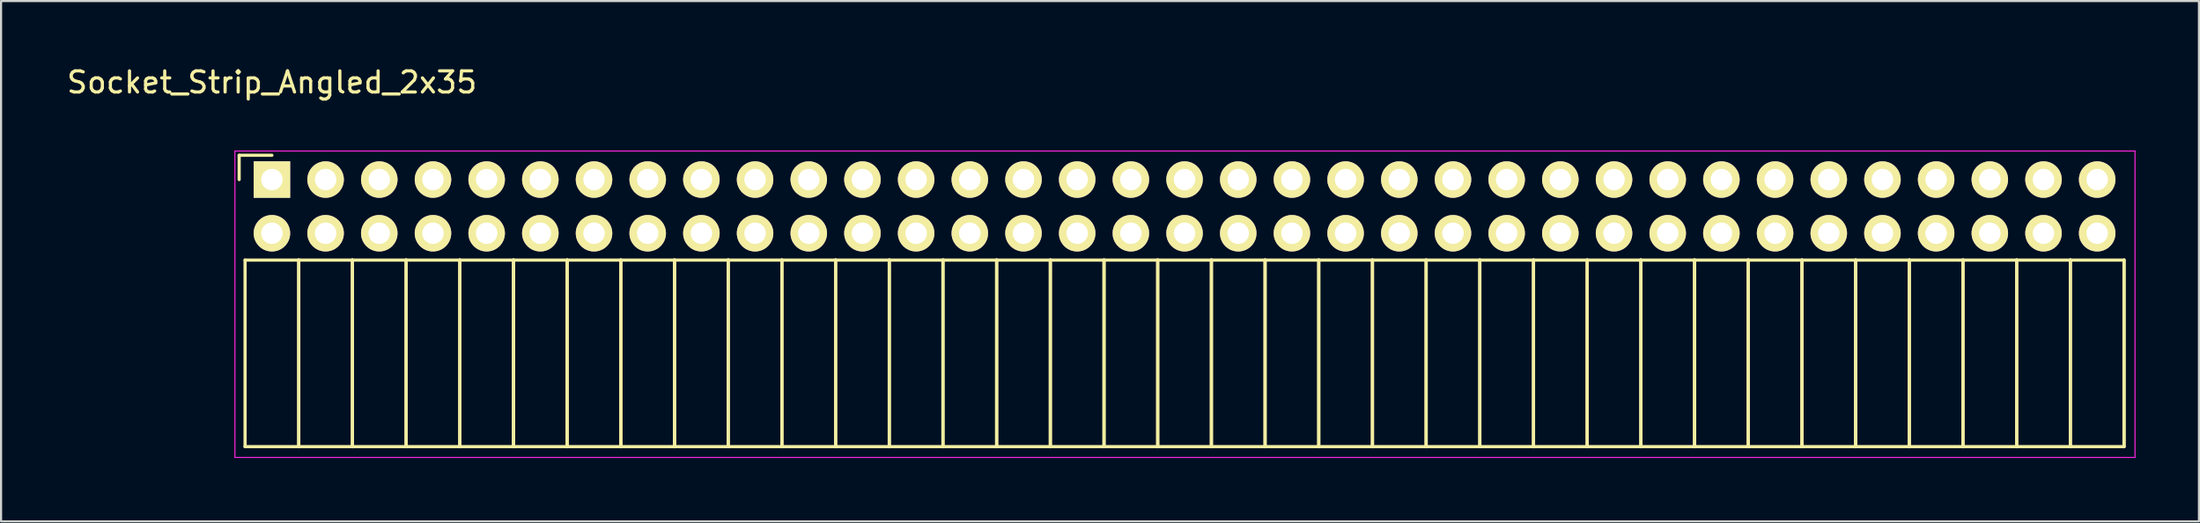
<source format=kicad_pcb>
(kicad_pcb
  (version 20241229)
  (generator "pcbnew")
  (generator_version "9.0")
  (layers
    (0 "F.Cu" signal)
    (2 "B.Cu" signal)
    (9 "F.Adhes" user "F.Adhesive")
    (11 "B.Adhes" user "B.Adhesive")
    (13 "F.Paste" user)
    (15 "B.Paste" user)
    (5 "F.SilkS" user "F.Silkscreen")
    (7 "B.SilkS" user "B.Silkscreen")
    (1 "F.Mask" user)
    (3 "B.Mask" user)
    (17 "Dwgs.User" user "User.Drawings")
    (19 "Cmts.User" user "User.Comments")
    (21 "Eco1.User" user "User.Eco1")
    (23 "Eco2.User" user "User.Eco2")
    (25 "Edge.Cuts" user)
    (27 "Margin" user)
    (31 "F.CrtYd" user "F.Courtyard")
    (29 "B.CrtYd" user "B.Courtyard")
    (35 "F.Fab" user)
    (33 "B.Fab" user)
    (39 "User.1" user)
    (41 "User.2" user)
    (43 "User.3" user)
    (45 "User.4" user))
  (footprint "Socket_Strip_Angled_2x35"
    (layer "F.Cu")
    (at 9.815 5.448)
    (property "Reference" "Socket_Strip_Angled_2x35" (at 0 -4.6 0) (layer "F.SilkS") (effects (font (size 1 1) (thickness 0.15))))
    (attr through_hole)
    (fp_line (start -1.55 -1.15) (end -1.55 0) (stroke (width 0.15) (type solid)) (layer "F.SilkS"))
    (fp_line (start -1.27 3.81) (end -1.27 12.64) (stroke (width 0.15) (type solid)) (layer "F.SilkS"))
    (fp_line (start -1.27 3.81) (end 1.27 3.81) (stroke (width 0.15) (type solid)) (layer "F.SilkS"))
    (fp_line (start -1.27 12.64) (end 1.27 12.64) (stroke (width 0.15) (type solid)) (layer "F.SilkS"))
    (fp_line (start 0 -1.15) (end -1.55 -1.15) (stroke (width 0.15) (type solid)) (layer "F.SilkS"))
    (fp_line (start 1.27 3.81) (end 1.27 12.64) (stroke (width 0.15) (type solid)) (layer "F.SilkS"))
    (fp_line (start 1.27 3.81) (end 3.81 3.81) (stroke (width 0.15) (type solid)) (layer "F.SilkS"))
    (fp_line (start 1.27 12.64) (end 1.27 3.81) (stroke (width 0.15) (type solid)) (layer "F.SilkS"))
    (fp_line (start 1.27 12.64) (end 3.81 12.64) (stroke (width 0.15) (type solid)) (layer "F.SilkS"))
    (fp_line (start 3.81 3.81) (end 3.81 12.64) (stroke (width 0.15) (type solid)) (layer "F.SilkS"))
    (fp_line (start 3.81 3.81) (end 6.35 3.81) (stroke (width 0.15) (type solid)) (layer "F.SilkS"))
    (fp_line (start 3.81 12.64) (end 3.81 3.81) (stroke (width 0.15) (type solid)) (layer "F.SilkS"))
    (fp_line (start 3.81 12.64) (end 6.35 12.64) (stroke (width 0.15) (type solid)) (layer "F.SilkS"))
    (fp_line (start 6.35 3.81) (end 6.35 12.64) (stroke (width 0.15) (type solid)) (layer "F.SilkS"))
    (fp_line (start 6.35 3.81) (end 8.89 3.81) (stroke (width 0.15) (type solid)) (layer "F.SilkS"))
    (fp_line (start 6.35 12.64) (end 6.35 3.81) (stroke (width 0.15) (type solid)) (layer "F.SilkS"))
    (fp_line (start 6.35 12.64) (end 8.89 12.64) (stroke (width 0.15) (type solid)) (layer "F.SilkS"))
    (fp_line (start 8.89 3.81) (end 8.89 12.64) (stroke (width 0.15) (type solid)) (layer "F.SilkS"))
    (fp_line (start 8.89 3.81) (end 11.43 3.81) (stroke (width 0.15) (type solid)) (layer "F.SilkS"))
    (fp_line (start 8.89 12.64) (end 8.89 3.81) (stroke (width 0.15) (type solid)) (layer "F.SilkS"))
    (fp_line (start 8.89 12.64) (end 11.43 12.64) (stroke (width 0.15) (type solid)) (layer "F.SilkS"))
    (fp_line (start 11.43 3.81) (end 11.43 12.64) (stroke (width 0.15) (type solid)) (layer "F.SilkS"))
    (fp_line (start 11.43 3.81) (end 13.97 3.81) (stroke (width 0.15) (type solid)) (layer "F.SilkS"))
    (fp_line (start 11.43 12.64) (end 11.43 3.81) (stroke (width 0.15) (type solid)) (layer "F.SilkS"))
    (fp_line (start 11.43 12.64) (end 13.97 12.64) (stroke (width 0.15) (type solid)) (layer "F.SilkS"))
    (fp_line (start 13.97 3.81) (end 13.97 12.64) (stroke (width 0.15) (type solid)) (layer "F.SilkS"))
    (fp_line (start 13.97 3.81) (end 16.51 3.81) (stroke (width 0.15) (type solid)) (layer "F.SilkS"))
    (fp_line (start 13.97 12.64) (end 13.97 3.81) (stroke (width 0.15) (type solid)) (layer "F.SilkS"))
    (fp_line (start 13.97 12.64) (end 16.51 12.64) (stroke (width 0.15) (type solid)) (layer "F.SilkS"))
    (fp_line (start 16.51 3.81) (end 16.51 12.64) (stroke (width 0.15) (type solid)) (layer "F.SilkS"))
    (fp_line (start 16.51 3.81) (end 19.05 3.81) (stroke (width 0.15) (type solid)) (layer "F.SilkS"))
    (fp_line (start 16.51 12.64) (end 16.51 3.81) (stroke (width 0.15) (type solid)) (layer "F.SilkS"))
    (fp_line (start 16.51 12.64) (end 19.05 12.64) (stroke (width 0.15) (type solid)) (layer "F.SilkS"))
    (fp_line (start 19.05 3.81) (end 19.05 12.64) (stroke (width 0.15) (type solid)) (layer "F.SilkS"))
    (fp_line (start 19.05 3.81) (end 21.59 3.81) (stroke (width 0.15) (type solid)) (layer "F.SilkS"))
    (fp_line (start 19.05 12.64) (end 19.05 3.81) (stroke (width 0.15) (type solid)) (layer "F.SilkS"))
    (fp_line (start 19.05 12.64) (end 21.59 12.64) (stroke (width 0.15) (type solid)) (layer "F.SilkS"))
    (fp_line (start 21.59 3.81) (end 21.59 12.64) (stroke (width 0.15) (type solid)) (layer "F.SilkS"))
    (fp_line (start 21.59 3.81) (end 24.13 3.81) (stroke (width 0.15) (type solid)) (layer "F.SilkS"))
    (fp_line (start 21.59 12.64) (end 21.59 3.81) (stroke (width 0.15) (type solid)) (layer "F.SilkS"))
    (fp_line (start 21.59 12.64) (end 24.13 12.64) (stroke (width 0.15) (type solid)) (layer "F.SilkS"))
    (fp_line (start 24.13 3.81) (end 24.13 12.64) (stroke (width 0.15) (type solid)) (layer "F.SilkS"))
    (fp_line (start 24.13 3.81) (end 26.67 3.81) (stroke (width 0.15) (type solid)) (layer "F.SilkS"))
    (fp_line (start 24.13 12.64) (end 24.13 3.81) (stroke (width 0.15) (type solid)) (layer "F.SilkS"))
    (fp_line (start 24.13 12.64) (end 26.67 12.64) (stroke (width 0.15) (type solid)) (layer "F.SilkS"))
    (fp_line (start 26.67 3.81) (end 26.67 12.64) (stroke (width 0.15) (type solid)) (layer "F.SilkS"))
    (fp_line (start 26.67 3.81) (end 29.21 3.81) (stroke (width 0.15) (type solid)) (layer "F.SilkS"))
    (fp_line (start 26.67 12.64) (end 26.67 3.81) (stroke (width 0.15) (type solid)) (layer "F.SilkS"))
    (fp_line (start 26.67 12.64) (end 29.21 12.64) (stroke (width 0.15) (type solid)) (layer "F.SilkS"))
    (fp_line (start 29.21 3.81) (end 29.21 12.64) (stroke (width 0.15) (type solid)) (layer "F.SilkS"))
    (fp_line (start 29.21 3.81) (end 31.75 3.81) (stroke (width 0.15) (type solid)) (layer "F.SilkS"))
    (fp_line (start 29.21 12.64) (end 29.21 3.81) (stroke (width 0.15) (type solid)) (layer "F.SilkS"))
    (fp_line (start 29.21 12.64) (end 31.75 12.64) (stroke (width 0.15) (type solid)) (layer "F.SilkS"))
    (fp_line (start 31.75 3.81) (end 31.75 12.64) (stroke (width 0.15) (type solid)) (layer "F.SilkS"))
    (fp_line (start 31.75 3.81) (end 34.29 3.81) (stroke (width 0.15) (type solid)) (layer "F.SilkS"))
    (fp_line (start 31.75 12.64) (end 31.75 3.81) (stroke (width 0.15) (type solid)) (layer "F.SilkS"))
    (fp_line (start 31.75 12.64) (end 34.29 12.64) (stroke (width 0.15) (type solid)) (layer "F.SilkS"))
    (fp_line (start 34.29 3.81) (end 34.29 12.64) (stroke (width 0.15) (type solid)) (layer "F.SilkS"))
    (fp_line (start 34.29 3.81) (end 36.83 3.81) (stroke (width 0.15) (type solid)) (layer "F.SilkS"))
    (fp_line (start 34.29 12.64) (end 34.29 3.81) (stroke (width 0.15) (type solid)) (layer "F.SilkS"))
    (fp_line (start 34.29 12.64) (end 36.83 12.64) (stroke (width 0.15) (type solid)) (layer "F.SilkS"))
    (fp_line (start 36.83 3.81) (end 36.83 12.64) (stroke (width 0.15) (type solid)) (layer "F.SilkS"))
    (fp_line (start 36.83 3.81) (end 39.37 3.81) (stroke (width 0.15) (type solid)) (layer "F.SilkS"))
    (fp_line (start 36.83 12.64) (end 36.83 3.81) (stroke (width 0.15) (type solid)) (layer "F.SilkS"))
    (fp_line (start 36.83 12.64) (end 39.37 12.64) (stroke (width 0.15) (type solid)) (layer "F.SilkS"))
    (fp_line (start 39.37 3.81) (end 39.37 12.64) (stroke (width 0.15) (type solid)) (layer "F.SilkS"))
    (fp_line (start 39.37 3.81) (end 41.91 3.81) (stroke (width 0.15) (type solid)) (layer "F.SilkS"))
    (fp_line (start 39.37 12.64) (end 39.37 3.81) (stroke (width 0.15) (type solid)) (layer "F.SilkS"))
    (fp_line (start 39.37 12.64) (end 41.91 12.64) (stroke (width 0.15) (type solid)) (layer "F.SilkS"))
    (fp_line (start 41.91 3.81) (end 41.91 12.64) (stroke (width 0.15) (type solid)) (layer "F.SilkS"))
    (fp_line (start 41.91 3.81) (end 44.45 3.81) (stroke (width 0.15) (type solid)) (layer "F.SilkS"))
    (fp_line (start 41.91 12.64) (end 41.91 3.81) (stroke (width 0.15) (type solid)) (layer "F.SilkS"))
    (fp_line (start 41.91 12.64) (end 44.45 12.64) (stroke (width 0.15) (type solid)) (layer "F.SilkS"))
    (fp_line (start 44.45 3.81) (end 44.45 12.64) (stroke (width 0.15) (type solid)) (layer "F.SilkS"))
    (fp_line (start 44.45 3.81) (end 46.99 3.81) (stroke (width 0.15) (type solid)) (layer "F.SilkS"))
    (fp_line (start 44.45 12.64) (end 44.45 3.81) (stroke (width 0.15) (type solid)) (layer "F.SilkS"))
    (fp_line (start 44.45 12.64) (end 46.99 12.64) (stroke (width 0.15) (type solid)) (layer "F.SilkS"))
    (fp_line (start 46.99 3.81) (end 46.99 12.64) (stroke (width 0.15) (type solid)) (layer "F.SilkS"))
    (fp_line (start 46.99 3.81) (end 49.53 3.81) (stroke (width 0.15) (type solid)) (layer "F.SilkS"))
    (fp_line (start 46.99 12.64) (end 46.99 3.81) (stroke (width 0.15) (type solid)) (layer "F.SilkS"))
    (fp_line (start 46.99 12.64) (end 49.53 12.64) (stroke (width 0.15) (type solid)) (layer "F.SilkS"))
    (fp_line (start 49.53 3.81) (end 49.53 12.64) (stroke (width 0.15) (type solid)) (layer "F.SilkS"))
    (fp_line (start 49.53 3.81) (end 52.07 3.81) (stroke (width 0.15) (type solid)) (layer "F.SilkS"))
    (fp_line (start 49.53 12.64) (end 49.53 3.81) (stroke (width 0.15) (type solid)) (layer "F.SilkS"))
    (fp_line (start 49.53 12.64) (end 52.07 12.64) (stroke (width 0.15) (type solid)) (layer "F.SilkS"))
    (fp_line (start 52.07 3.81) (end 52.07 12.64) (stroke (width 0.15) (type solid)) (layer "F.SilkS"))
    (fp_line (start 52.07 3.81) (end 54.61 3.81) (stroke (width 0.15) (type solid)) (layer "F.SilkS"))
    (fp_line (start 52.07 12.64) (end 52.07 3.81) (stroke (width 0.15) (type solid)) (layer "F.SilkS"))
    (fp_line (start 52.07 12.64) (end 54.61 12.64) (stroke (width 0.15) (type solid)) (layer "F.SilkS"))
    (fp_line (start 54.61 3.81) (end 54.61 12.64) (stroke (width 0.15) (type solid)) (layer "F.SilkS"))
    (fp_line (start 54.61 3.81) (end 57.15 3.81) (stroke (width 0.15) (type solid)) (layer "F.SilkS"))
    (fp_line (start 54.61 12.64) (end 54.61 3.81) (stroke (width 0.15) (type solid)) (layer "F.SilkS"))
    (fp_line (start 54.61 12.64) (end 57.15 12.64) (stroke (width 0.15) (type solid)) (layer "F.SilkS"))
    (fp_line (start 57.15 3.81) (end 57.15 12.64) (stroke (width 0.15) (type solid)) (layer "F.SilkS"))
    (fp_line (start 57.15 3.81) (end 59.69 3.81) (stroke (width 0.15) (type solid)) (layer "F.SilkS"))
    (fp_line (start 57.15 12.64) (end 57.15 3.81) (stroke (width 0.15) (type solid)) (layer "F.SilkS"))
    (fp_line (start 57.15 12.64) (end 59.69 12.64) (stroke (width 0.15) (type solid)) (layer "F.SilkS"))
    (fp_line (start 59.69 3.81) (end 59.69 12.64) (stroke (width 0.15) (type solid)) (layer "F.SilkS"))
    (fp_line (start 59.69 3.81) (end 62.23 3.81) (stroke (width 0.15) (type solid)) (layer "F.SilkS"))
    (fp_line (start 59.69 12.64) (end 59.69 3.81) (stroke (width 0.15) (type solid)) (layer "F.SilkS"))
    (fp_line (start 59.69 12.64) (end 62.23 12.64) (stroke (width 0.15) (type solid)) (layer "F.SilkS"))
    (fp_line (start 62.23 3.81) (end 62.23 12.64) (stroke (width 0.15) (type solid)) (layer "F.SilkS"))
    (fp_line (start 62.23 3.81) (end 64.77 3.81) (stroke (width 0.15) (type solid)) (layer "F.SilkS"))
    (fp_line (start 62.23 12.64) (end 62.23 3.81) (stroke (width 0.15) (type solid)) (layer "F.SilkS"))
    (fp_line (start 62.23 12.64) (end 64.77 12.64) (stroke (width 0.15) (type solid)) (layer "F.SilkS"))
    (fp_line (start 64.77 3.81) (end 64.77 12.64) (stroke (width 0.15) (type solid)) (layer "F.SilkS"))
    (fp_line (start 64.77 3.81) (end 67.31 3.81) (stroke (width 0.15) (type solid)) (layer "F.SilkS"))
    (fp_line (start 64.77 12.64) (end 64.77 3.81) (stroke (width 0.15) (type solid)) (layer "F.SilkS"))
    (fp_line (start 64.77 12.64) (end 67.31 12.64) (stroke (width 0.15) (type solid)) (layer "F.SilkS"))
    (fp_line (start 67.31 3.81) (end 67.31 12.64) (stroke (width 0.15) (type solid)) (layer "F.SilkS"))
    (fp_line (start 67.31 3.81) (end 69.85 3.81) (stroke (width 0.15) (type solid)) (layer "F.SilkS"))
    (fp_line (start 67.31 12.64) (end 67.31 3.81) (stroke (width 0.15) (type solid)) (layer "F.SilkS"))
    (fp_line (start 67.31 12.64) (end 69.85 12.64) (stroke (width 0.15) (type solid)) (layer "F.SilkS"))
    (fp_line (start 69.85 3.81) (end 69.85 12.64) (stroke (width 0.15) (type solid)) (layer "F.SilkS"))
    (fp_line (start 69.85 3.81) (end 72.39 3.81) (stroke (width 0.15) (type solid)) (layer "F.SilkS"))
    (fp_line (start 69.85 12.64) (end 69.85 3.81) (stroke (width 0.15) (type solid)) (layer "F.SilkS"))
    (fp_line (start 69.85 12.64) (end 72.39 12.64) (stroke (width 0.15) (type solid)) (layer "F.SilkS"))
    (fp_line (start 72.39 3.81) (end 72.39 12.64) (stroke (width 0.15) (type solid)) (layer "F.SilkS"))
    (fp_line (start 72.39 3.81) (end 74.93 3.81) (stroke (width 0.15) (type solid)) (layer "F.SilkS"))
    (fp_line (start 72.39 12.64) (end 72.39 3.81) (stroke (width 0.15) (type solid)) (layer "F.SilkS"))
    (fp_line (start 72.39 12.64) (end 74.93 12.64) (stroke (width 0.15) (type solid)) (layer "F.SilkS"))
    (fp_line (start 74.93 3.81) (end 74.93 12.64) (stroke (width 0.15) (type solid)) (layer "F.SilkS"))
    (fp_line (start 74.93 3.81) (end 77.47 3.81) (stroke (width 0.15) (type solid)) (layer "F.SilkS"))
    (fp_line (start 74.93 12.64) (end 74.93 3.81) (stroke (width 0.15) (type solid)) (layer "F.SilkS"))
    (fp_line (start 74.93 12.64) (end 77.47 12.64) (stroke (width 0.15) (type solid)) (layer "F.SilkS"))
    (fp_line (start 77.47 3.81) (end 77.47 12.64) (stroke (width 0.15) (type solid)) (layer "F.SilkS"))
    (fp_line (start 77.47 3.81) (end 80.01 3.81) (stroke (width 0.15) (type solid)) (layer "F.SilkS"))
    (fp_line (start 77.47 12.64) (end 77.47 3.81) (stroke (width 0.15) (type solid)) (layer "F.SilkS"))
    (fp_line (start 77.47 12.64) (end 80.01 12.64) (stroke (width 0.15) (type solid)) (layer "F.SilkS"))
    (fp_line (start 80.01 3.81) (end 80.01 12.64) (stroke (width 0.15) (type solid)) (layer "F.SilkS"))
    (fp_line (start 80.01 3.81) (end 82.55 3.81) (stroke (width 0.15) (type solid)) (layer "F.SilkS"))
    (fp_line (start 80.01 12.64) (end 80.01 3.81) (stroke (width 0.15) (type solid)) (layer "F.SilkS"))
    (fp_line (start 80.01 12.64) (end 82.55 12.64) (stroke (width 0.15) (type solid)) (layer "F.SilkS"))
    (fp_line (start 82.55 3.81) (end 82.55 12.64) (stroke (width 0.15) (type solid)) (layer "F.SilkS"))
    (fp_line (start 82.55 3.81) (end 85.09 3.81) (stroke (width 0.15) (type solid)) (layer "F.SilkS"))
    (fp_line (start 82.55 12.64) (end 82.55 3.81) (stroke (width 0.15) (type solid)) (layer "F.SilkS"))
    (fp_line (start 82.55 12.64) (end 85.09 12.64) (stroke (width 0.15) (type solid)) (layer "F.SilkS"))
    (fp_line (start 85.09 3.81) (end 85.09 12.64) (stroke (width 0.15) (type solid)) (layer "F.SilkS"))
    (fp_line (start 85.09 3.81) (end 87.63 3.81) (stroke (width 0.15) (type solid)) (layer "F.SilkS"))
    (fp_line (start 85.09 12.64) (end 85.09 3.81) (stroke (width 0.15) (type solid)) (layer "F.SilkS"))
    (fp_line (start 85.09 12.64) (end 87.63 12.64) (stroke (width 0.15) (type solid)) (layer "F.SilkS"))
    (fp_line (start 87.63 3.81) (end 87.63 12.64) (stroke (width 0.15) (type solid)) (layer "F.SilkS"))
    (fp_line (start 87.63 12.64) (end 87.63 3.81) (stroke (width 0.15) (type solid)) (layer "F.SilkS"))
    (fp_line (start -1.75 -1.35) (end -1.75 13.15) (stroke (width 0.05) (type solid)) (layer "F.CrtYd"))
    (fp_line (start -1.75 -1.35) (end 88.15 -1.35) (stroke (width 0.05) (type solid)) (layer "F.CrtYd"))
    (fp_line (start -1.75 13.15) (end 88.15 13.15) (stroke (width 0.05) (type solid)) (layer "F.CrtYd"))
    (fp_line (start 88.15 -1.35) (end 88.15 13.15) (stroke (width 0.05) (type solid)) (layer "F.CrtYd"))
    (pad "1" thru_hole rect (at 0 0) (size 1.727 1.727) (drill 1.016) (layers "*.Cu" "*.Mask" "F.SilkS"))
    (pad "2" thru_hole oval (at 0 2.54) (size 1.727 1.727) (drill 1.016) (layers "*.Cu" "*.Mask" "F.SilkS"))
    (pad "3" thru_hole oval (at 2.54 0) (size 1.727 1.727) (drill 1.016) (layers "*.Cu" "*.Mask" "F.SilkS"))
    (pad "4" thru_hole oval (at 2.54 2.54) (size 1.727 1.727) (drill 1.016) (layers "*.Cu" "*.Mask" "F.SilkS"))
    (pad "5" thru_hole oval (at 5.08 0) (size 1.727 1.727) (drill 1.016) (layers "*.Cu" "*.Mask" "F.SilkS"))
    (pad "6" thru_hole oval (at 5.08 2.54) (size 1.727 1.727) (drill 1.016) (layers "*.Cu" "*.Mask" "F.SilkS"))
    (pad "7" thru_hole oval (at 7.62 0) (size 1.727 1.727) (drill 1.016) (layers "*.Cu" "*.Mask" "F.SilkS"))
    (pad "8" thru_hole oval (at 7.62 2.54) (size 1.727 1.727) (drill 1.016) (layers "*.Cu" "*.Mask" "F.SilkS"))
    (pad "9" thru_hole oval (at 10.16 0) (size 1.727 1.727) (drill 1.016) (layers "*.Cu" "*.Mask" "F.SilkS"))
    (pad "10" thru_hole oval (at 10.16 2.54) (size 1.727 1.727) (drill 1.016) (layers "*.Cu" "*.Mask" "F.SilkS"))
    (pad "11" thru_hole oval (at 12.7 0) (size 1.727 1.727) (drill 1.016) (layers "*.Cu" "*.Mask" "F.SilkS"))
    (pad "12" thru_hole oval (at 12.7 2.54) (size 1.727 1.727) (drill 1.016) (layers "*.Cu" "*.Mask" "F.SilkS"))
    (pad "13" thru_hole oval (at 15.24 0) (size 1.727 1.727) (drill 1.016) (layers "*.Cu" "*.Mask" "F.SilkS"))
    (pad "14" thru_hole oval (at 15.24 2.54) (size 1.727 1.727) (drill 1.016) (layers "*.Cu" "*.Mask" "F.SilkS"))
    (pad "15" thru_hole oval (at 17.78 0) (size 1.727 1.727) (drill 1.016) (layers "*.Cu" "*.Mask" "F.SilkS"))
    (pad "16" thru_hole oval (at 17.78 2.54) (size 1.727 1.727) (drill 1.016) (layers "*.Cu" "*.Mask" "F.SilkS"))
    (pad "17" thru_hole oval (at 20.32 0) (size 1.727 1.727) (drill 1.016) (layers "*.Cu" "*.Mask" "F.SilkS"))
    (pad "18" thru_hole oval (at 20.32 2.54) (size 1.727 1.727) (drill 1.016) (layers "*.Cu" "*.Mask" "F.SilkS"))
    (pad "19" thru_hole oval (at 22.86 0) (size 1.727 1.727) (drill 1.016) (layers "*.Cu" "*.Mask" "F.SilkS"))
    (pad "20" thru_hole oval (at 22.86 2.54) (size 1.727 1.727) (drill 1.016) (layers "*.Cu" "*.Mask" "F.SilkS"))
    (pad "21" thru_hole oval (at 25.4 0) (size 1.727 1.727) (drill 1.016) (layers "*.Cu" "*.Mask" "F.SilkS"))
    (pad "22" thru_hole oval (at 25.4 2.54) (size 1.727 1.727) (drill 1.016) (layers "*.Cu" "*.Mask" "F.SilkS"))
    (pad "23" thru_hole oval (at 27.94 0) (size 1.727 1.727) (drill 1.016) (layers "*.Cu" "*.Mask" "F.SilkS"))
    (pad "24" thru_hole oval (at 27.94 2.54) (size 1.727 1.727) (drill 1.016) (layers "*.Cu" "*.Mask" "F.SilkS"))
    (pad "25" thru_hole oval (at 30.48 0) (size 1.727 1.727) (drill 1.016) (layers "*.Cu" "*.Mask" "F.SilkS"))
    (pad "26" thru_hole oval (at 30.48 2.54) (size 1.727 1.727) (drill 1.016) (layers "*.Cu" "*.Mask" "F.SilkS"))
    (pad "27" thru_hole oval (at 33.02 0) (size 1.727 1.727) (drill 1.016) (layers "*.Cu" "*.Mask" "F.SilkS"))
    (pad "28" thru_hole oval (at 33.02 2.54) (size 1.727 1.727) (drill 1.016) (layers "*.Cu" "*.Mask" "F.SilkS"))
    (pad "29" thru_hole oval (at 35.56 0) (size 1.727 1.727) (drill 1.016) (layers "*.Cu" "*.Mask" "F.SilkS"))
    (pad "30" thru_hole oval (at 35.56 2.54) (size 1.727 1.727) (drill 1.016) (layers "*.Cu" "*.Mask" "F.SilkS"))
    (pad "31" thru_hole oval (at 38.1 0) (size 1.727 1.727) (drill 1.016) (layers "*.Cu" "*.Mask" "F.SilkS"))
    (pad "32" thru_hole oval (at 38.1 2.54) (size 1.727 1.727) (drill 1.016) (layers "*.Cu" "*.Mask" "F.SilkS"))
    (pad "33" thru_hole oval (at 40.64 0) (size 1.727 1.727) (drill 1.016) (layers "*.Cu" "*.Mask" "F.SilkS"))
    (pad "34" thru_hole oval (at 40.64 2.54) (size 1.727 1.727) (drill 1.016) (layers "*.Cu" "*.Mask" "F.SilkS"))
    (pad "35" thru_hole oval (at 43.18 0) (size 1.727 1.727) (drill 1.016) (layers "*.Cu" "*.Mask" "F.SilkS"))
    (pad "36" thru_hole oval (at 43.18 2.54) (size 1.727 1.727) (drill 1.016) (layers "*.Cu" "*.Mask" "F.SilkS"))
    (pad "37" thru_hole oval (at 45.72 0) (size 1.727 1.727) (drill 1.016) (layers "*.Cu" "*.Mask" "F.SilkS"))
    (pad "38" thru_hole oval (at 45.72 2.54) (size 1.727 1.727) (drill 1.016) (layers "*.Cu" "*.Mask" "F.SilkS"))
    (pad "39" thru_hole oval (at 48.26 0) (size 1.727 1.727) (drill 1.016) (layers "*.Cu" "*.Mask" "F.SilkS"))
    (pad "40" thru_hole oval (at 48.26 2.54) (size 1.727 1.727) (drill 1.016) (layers "*.Cu" "*.Mask" "F.SilkS"))
    (pad "41" thru_hole oval (at 50.8 0) (size 1.727 1.727) (drill 1.016) (layers "*.Cu" "*.Mask" "F.SilkS"))
    (pad "42" thru_hole oval (at 50.8 2.54) (size 1.727 1.727) (drill 1.016) (layers "*.Cu" "*.Mask" "F.SilkS"))
    (pad "43" thru_hole oval (at 53.34 0) (size 1.727 1.727) (drill 1.016) (layers "*.Cu" "*.Mask" "F.SilkS"))
    (pad "44" thru_hole oval (at 53.34 2.54) (size 1.727 1.727) (drill 1.016) (layers "*.Cu" "*.Mask" "F.SilkS"))
    (pad "45" thru_hole oval (at 55.88 0) (size 1.727 1.727) (drill 1.016) (layers "*.Cu" "*.Mask" "F.SilkS"))
    (pad "46" thru_hole oval (at 55.88 2.54) (size 1.727 1.727) (drill 1.016) (layers "*.Cu" "*.Mask" "F.SilkS"))
    (pad "47" thru_hole oval (at 58.42 0) (size 1.727 1.727) (drill 1.016) (layers "*.Cu" "*.Mask" "F.SilkS"))
    (pad "48" thru_hole oval (at 58.42 2.54) (size 1.727 1.727) (drill 1.016) (layers "*.Cu" "*.Mask" "F.SilkS"))
    (pad "49" thru_hole oval (at 60.96 0) (size 1.727 1.727) (drill 1.016) (layers "*.Cu" "*.Mask" "F.SilkS"))
    (pad "50" thru_hole oval (at 60.96 2.54) (size 1.727 1.727) (drill 1.016) (layers "*.Cu" "*.Mask" "F.SilkS"))
    (pad "51" thru_hole oval (at 63.5 0) (size 1.727 1.727) (drill 1.016) (layers "*.Cu" "*.Mask" "F.SilkS"))
    (pad "52" thru_hole oval (at 63.5 2.54) (size 1.727 1.727) (drill 1.016) (layers "*.Cu" "*.Mask" "F.SilkS"))
    (pad "53" thru_hole oval (at 66.04 0) (size 1.727 1.727) (drill 1.016) (layers "*.Cu" "*.Mask" "F.SilkS"))
    (pad "54" thru_hole oval (at 66.04 2.54) (size 1.727 1.727) (drill 1.016) (layers "*.Cu" "*.Mask" "F.SilkS"))
    (pad "55" thru_hole oval (at 68.58 0) (size 1.727 1.727) (drill 1.016) (layers "*.Cu" "*.Mask" "F.SilkS"))
    (pad "56" thru_hole oval (at 68.58 2.54) (size 1.727 1.727) (drill 1.016) (layers "*.Cu" "*.Mask" "F.SilkS"))
    (pad "57" thru_hole oval (at 71.12 0) (size 1.727 1.727) (drill 1.016) (layers "*.Cu" "*.Mask" "F.SilkS"))
    (pad "58" thru_hole oval (at 71.12 2.54) (size 1.727 1.727) (drill 1.016) (layers "*.Cu" "*.Mask" "F.SilkS"))
    (pad "59" thru_hole oval (at 73.66 0) (size 1.727 1.727) (drill 1.016) (layers "*.Cu" "*.Mask" "F.SilkS"))
    (pad "60" thru_hole oval (at 73.66 2.54) (size 1.727 1.727) (drill 1.016) (layers "*.Cu" "*.Mask" "F.SilkS"))
    (pad "61" thru_hole oval (at 76.2 0) (size 1.727 1.727) (drill 1.016) (layers "*.Cu" "*.Mask" "F.SilkS"))
    (pad "62" thru_hole oval (at 76.2 2.54) (size 1.727 1.727) (drill 1.016) (layers "*.Cu" "*.Mask" "F.SilkS"))
    (pad "63" thru_hole oval (at 78.74 0) (size 1.727 1.727) (drill 1.016) (layers "*.Cu" "*.Mask" "F.SilkS"))
    (pad "64" thru_hole oval (at 78.74 2.54) (size 1.727 1.727) (drill 1.016) (layers "*.Cu" "*.Mask" "F.SilkS"))
    (pad "65" thru_hole oval (at 81.28 0) (size 1.727 1.727) (drill 1.016) (layers "*.Cu" "*.Mask" "F.SilkS"))
    (pad "66" thru_hole oval (at 81.28 2.54) (size 1.727 1.727) (drill 1.016) (layers "*.Cu" "*.Mask" "F.SilkS"))
    (pad "67" thru_hole oval (at 83.82 0) (size 1.727 1.727) (drill 1.016) (layers "*.Cu" "*.Mask" "F.SilkS"))
    (pad "68" thru_hole oval (at 83.82 2.54) (size 1.727 1.727) (drill 1.016) (layers "*.Cu" "*.Mask" "F.SilkS"))
    (pad "69" thru_hole oval (at 86.36 0) (size 1.727 1.727) (drill 1.016) (layers "*.Cu" "*.Mask" "F.SilkS"))
    (pad "70" thru_hole oval (at 86.36 2.54) (size 1.727 1.727) (drill 1.016) (layers "*.Cu" "*.Mask" "F.SilkS")))
  (gr_rect
    (start -3 -3)
    (end 100.99 21.623)
    (stroke (width 0.1) (type default))
    (fill no)
    (layer "Edge.Cuts")))
</source>
